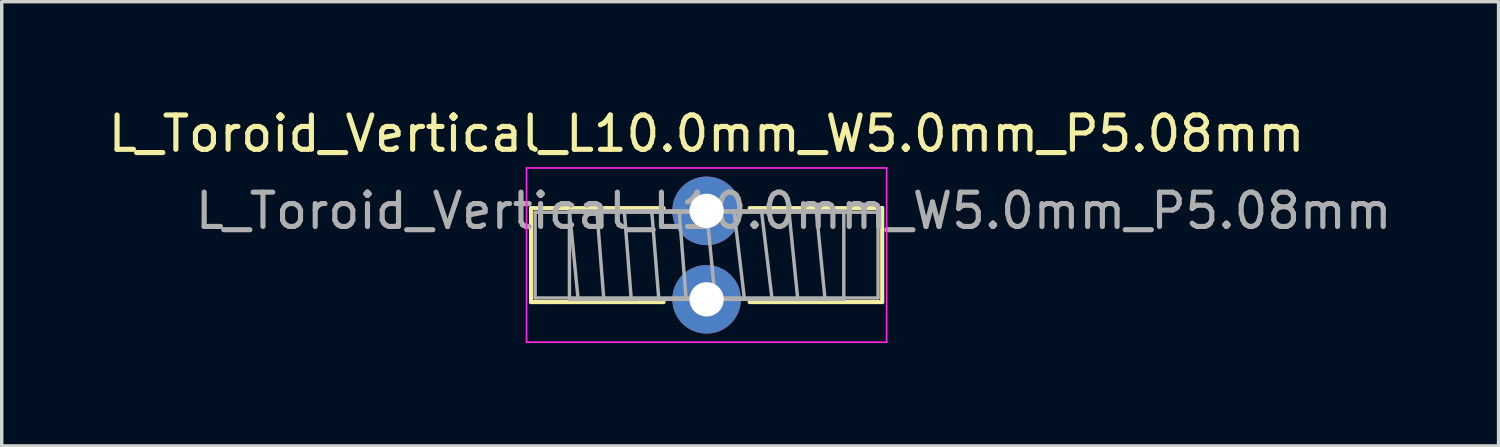
<source format=kicad_pcb>
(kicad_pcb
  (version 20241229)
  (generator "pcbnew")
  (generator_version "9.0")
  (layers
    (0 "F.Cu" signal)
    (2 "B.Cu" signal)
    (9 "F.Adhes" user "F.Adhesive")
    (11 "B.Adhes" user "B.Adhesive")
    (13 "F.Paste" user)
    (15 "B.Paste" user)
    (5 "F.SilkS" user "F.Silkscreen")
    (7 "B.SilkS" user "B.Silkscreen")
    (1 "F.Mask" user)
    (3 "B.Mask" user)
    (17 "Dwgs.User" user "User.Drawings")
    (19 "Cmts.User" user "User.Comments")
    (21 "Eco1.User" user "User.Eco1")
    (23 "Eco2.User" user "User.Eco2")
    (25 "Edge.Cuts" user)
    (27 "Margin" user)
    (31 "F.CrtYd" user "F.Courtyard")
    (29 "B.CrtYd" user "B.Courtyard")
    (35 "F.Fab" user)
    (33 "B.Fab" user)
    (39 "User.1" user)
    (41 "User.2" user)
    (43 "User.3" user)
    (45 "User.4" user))
  (footprint "L_Toroid_Vertical_L10.0mm_W5.0mm_P5.08mm"
    (layer "F.Cu")
    (at 17.554 3.098)
    (property "Reference" "L_Toroid_Vertical_L10.0mm_W5.0mm_P5.08mm" (at 0 -2.25 0) (layer "F.SilkS") (effects (font (size 1 1) (thickness 0.15))))
    (attr through_hole)
    (fp_line (start -5.12 -0.08) (end -5.12 2.66) (stroke (width 0.12) (type solid)) (layer "F.SilkS"))
    (fp_line (start -5.12 -0.08) (end -1.255 -0.08) (stroke (width 0.12) (type solid)) (layer "F.SilkS"))
    (fp_line (start -5.12 2.66) (end -1.255 2.66) (stroke (width 0.12) (type solid)) (layer "F.SilkS"))
    (fp_line (start 1.255 -0.08) (end 5.12 -0.08) (stroke (width 0.12) (type solid)) (layer "F.SilkS"))
    (fp_line (start 1.255 2.66) (end 5.12 2.66) (stroke (width 0.12) (type solid)) (layer "F.SilkS"))
    (fp_line (start 5.12 -0.08) (end 5.12 2.66) (stroke (width 0.12) (type solid)) (layer "F.SilkS"))
    (fp_line (start -5.25 -1.25) (end -5.25 3.83) (stroke (width 0.05) (type solid)) (layer "F.CrtYd"))
    (fp_line (start -5.25 3.83) (end 5.25 3.83) (stroke (width 0.05) (type solid)) (layer "F.CrtYd"))
    (fp_line (start 5.25 -1.25) (end -5.25 -1.25) (stroke (width 0.05) (type solid)) (layer "F.CrtYd"))
    (fp_line (start 5.25 3.83) (end 5.25 -1.25) (stroke (width 0.05) (type solid)) (layer "F.CrtYd"))
    (fp_line (start -5 0.04) (end -5 2.54) (stroke (width 0.1) (type solid)) (layer "F.Fab"))
    (fp_line (start -5 2.54) (end 5 2.54) (stroke (width 0.1) (type solid)) (layer "F.Fab"))
    (fp_line (start -4 0) (end -4 2.58) (stroke (width 0.1) (type solid)) (layer "F.Fab"))
    (fp_line (start -4 0) (end -3.75 2.55) (stroke (width 0.1) (type solid)) (layer "F.Fab"))
    (fp_line (start -4 2.58) (end 4 2.58) (stroke (width 0.1) (type solid)) (layer "F.Fab"))
    (fp_line (start -3.2 0) (end -3 2.55) (stroke (width 0.1) (type solid)) (layer "F.Fab"))
    (fp_line (start -2.4 0) (end -2.2 2.55) (stroke (width 0.1) (type solid)) (layer "F.Fab"))
    (fp_line (start -1.6 0) (end -1.4 2.5) (stroke (width 0.1) (type solid)) (layer "F.Fab"))
    (fp_line (start -0.8 0) (end -0.6 2.55) (stroke (width 0.1) (type solid)) (layer "F.Fab"))
    (fp_line (start 0 0) (end 0.25 2.55) (stroke (width 0.1) (type solid)) (layer "F.Fab"))
    (fp_line (start 0.8 0) (end 1.1 2.55) (stroke (width 0.1) (type solid)) (layer "F.Fab"))
    (fp_line (start 1.6 0) (end 1.9 2.5) (stroke (width 0.1) (type solid)) (layer "F.Fab"))
    (fp_line (start 2.4 0) (end 2.65 2.5) (stroke (width 0.1) (type solid)) (layer "F.Fab"))
    (fp_line (start 3.2 0) (end 3.45 2.55) (stroke (width 0.1) (type solid)) (layer "F.Fab"))
    (fp_line (start 4 0) (end -4 0) (stroke (width 0.1) (type solid)) (layer "F.Fab"))
    (fp_line (start 4 2.58) (end 4 0) (stroke (width 0.1) (type solid)) (layer "F.Fab"))
    (fp_line (start 5 0.04) (end -5 0.04) (stroke (width 0.1) (type solid)) (layer "F.Fab"))
    (fp_line (start 5 2.54) (end 5 0.04) (stroke (width 0.1) (type solid)) (layer "F.Fab"))
    (fp_text user "${REFERENCE}" (at 2.54 0 0) (layer "F.Fab") (effects (font (size 1 1) (thickness 0.15))))
    (pad "1" thru_hole circle (at 0 0) (size 2 2) (drill 1) (layers "*.Cu" "*.Mask"))
    (pad "2" thru_hole circle (at 0 2.58) (size 2 2) (drill 1) (layers "*.Cu" "*.Mask")))
  (gr_rect
    (start -3 -3)
    (end 40.647 9.953)
    (stroke (width 0.1) (type default))
    (fill no)
    (layer "Edge.Cuts")))
</source>
